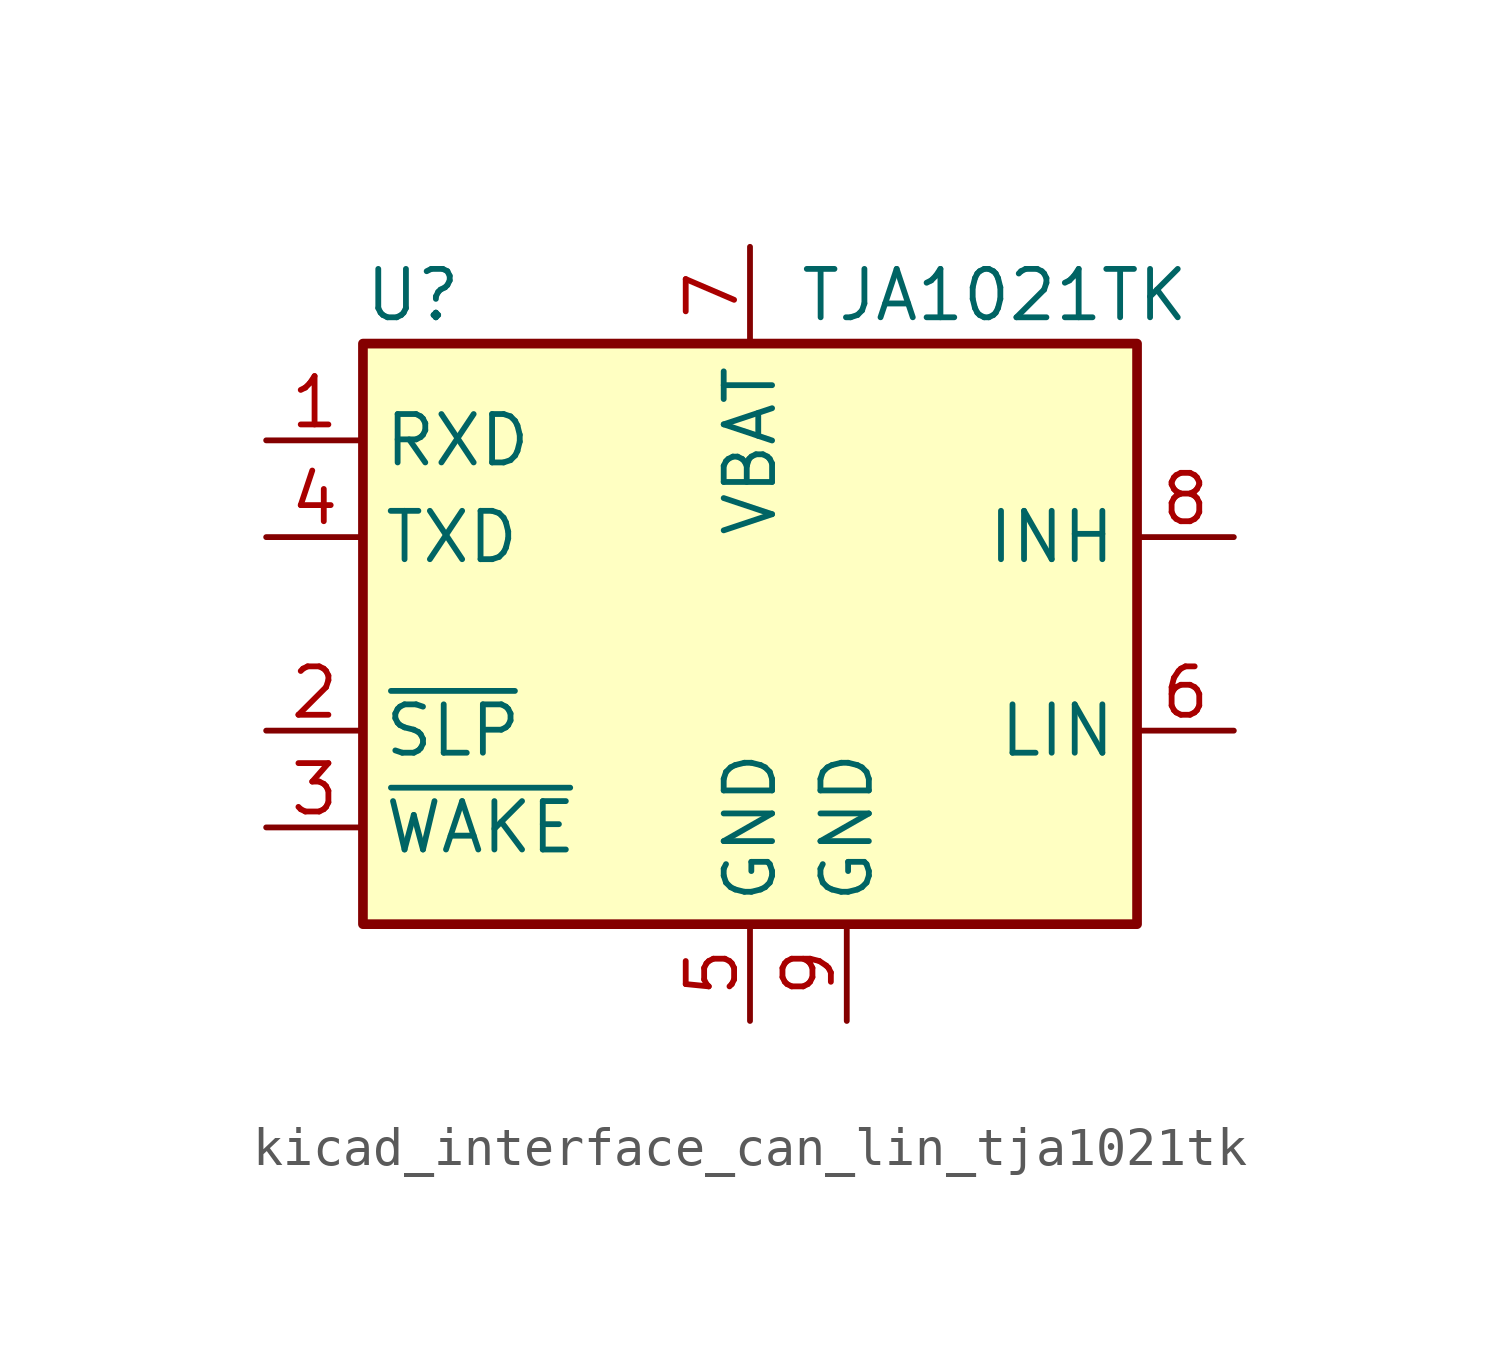
<source format=kicad_sym>
(kicad_symbol_lib
  (version 20220914)
  (generator kicad_symbol_editor)
  (symbol "kicad_interface_can_lin_tja1021tk"
    (property "Reference" "U"
      (at -10.16 8.89 0)
      (effects (font (size 1.27 1.27)) (justify left)))
    (property "Value" "TJA1021TK"
      (at 1.27 8.89 0)
      (effects (font (size 1.27 1.27)) (justify left)))
    (symbol "kicad_interface_can_lin_tja1021tk_0_1"
      (rectangle (start -10.16 7.62) (end 10.16 -7.62) (stroke (width 0.254) (type default)) (fill (type background))))
    (symbol "kicad_interface_can_lin_tja1021tk_1_1"
      (pin open_collector line (at -12.7 5.08 0) (length 2.54) (name "RXD" (effects (font (size 1.27 1.27)))) (number "1" (effects (font (size 1.27 1.27)))))
      (pin input line (at -12.7 -2.54 0) (length 2.54) (name "~{SLP}" (effects (font (size 1.27 1.27)))) (number "2" (effects (font (size 1.27 1.27)))))
      (pin input line (at -12.7 -5.08 0) (length 2.54) (name "~{WAKE}" (effects (font (size 1.27 1.27)))) (number "3" (effects (font (size 1.27 1.27)))))
      (pin input line (at -12.7 2.54 0) (length 2.54) (name "TXD" (effects (font (size 1.27 1.27)))) (number "4" (effects (font (size 1.27 1.27)))))
      (pin power_in line (at 0 -10.16 90) (length 2.54) (name "GND" (effects (font (size 1.27 1.27)))) (number "5" (effects (font (size 1.27 1.27)))))
      (pin bidirectional line (at 12.7 -2.54 180) (length 2.54) (name "LIN" (effects (font (size 1.27 1.27)))) (number "6" (effects (font (size 1.27 1.27)))))
      (pin power_in line (at 0 10.16 270) (length 2.54) (name "VBAT" (effects (font (size 1.27 1.27)))) (number "7" (effects (font (size 1.27 1.27)))))
      (pin output line (at 12.7 2.54 180) (length 2.54) (name "INH" (effects (font (size 1.27 1.27)))) (number "8" (effects (font (size 1.27 1.27)))))
      (pin power_in line (at 2.54 -10.16 90) (length 2.54) (name "GND" (effects (font (size 1.27 1.27)))) (number "9" (effects (font (size 1.27 1.27))))))))
</source>
